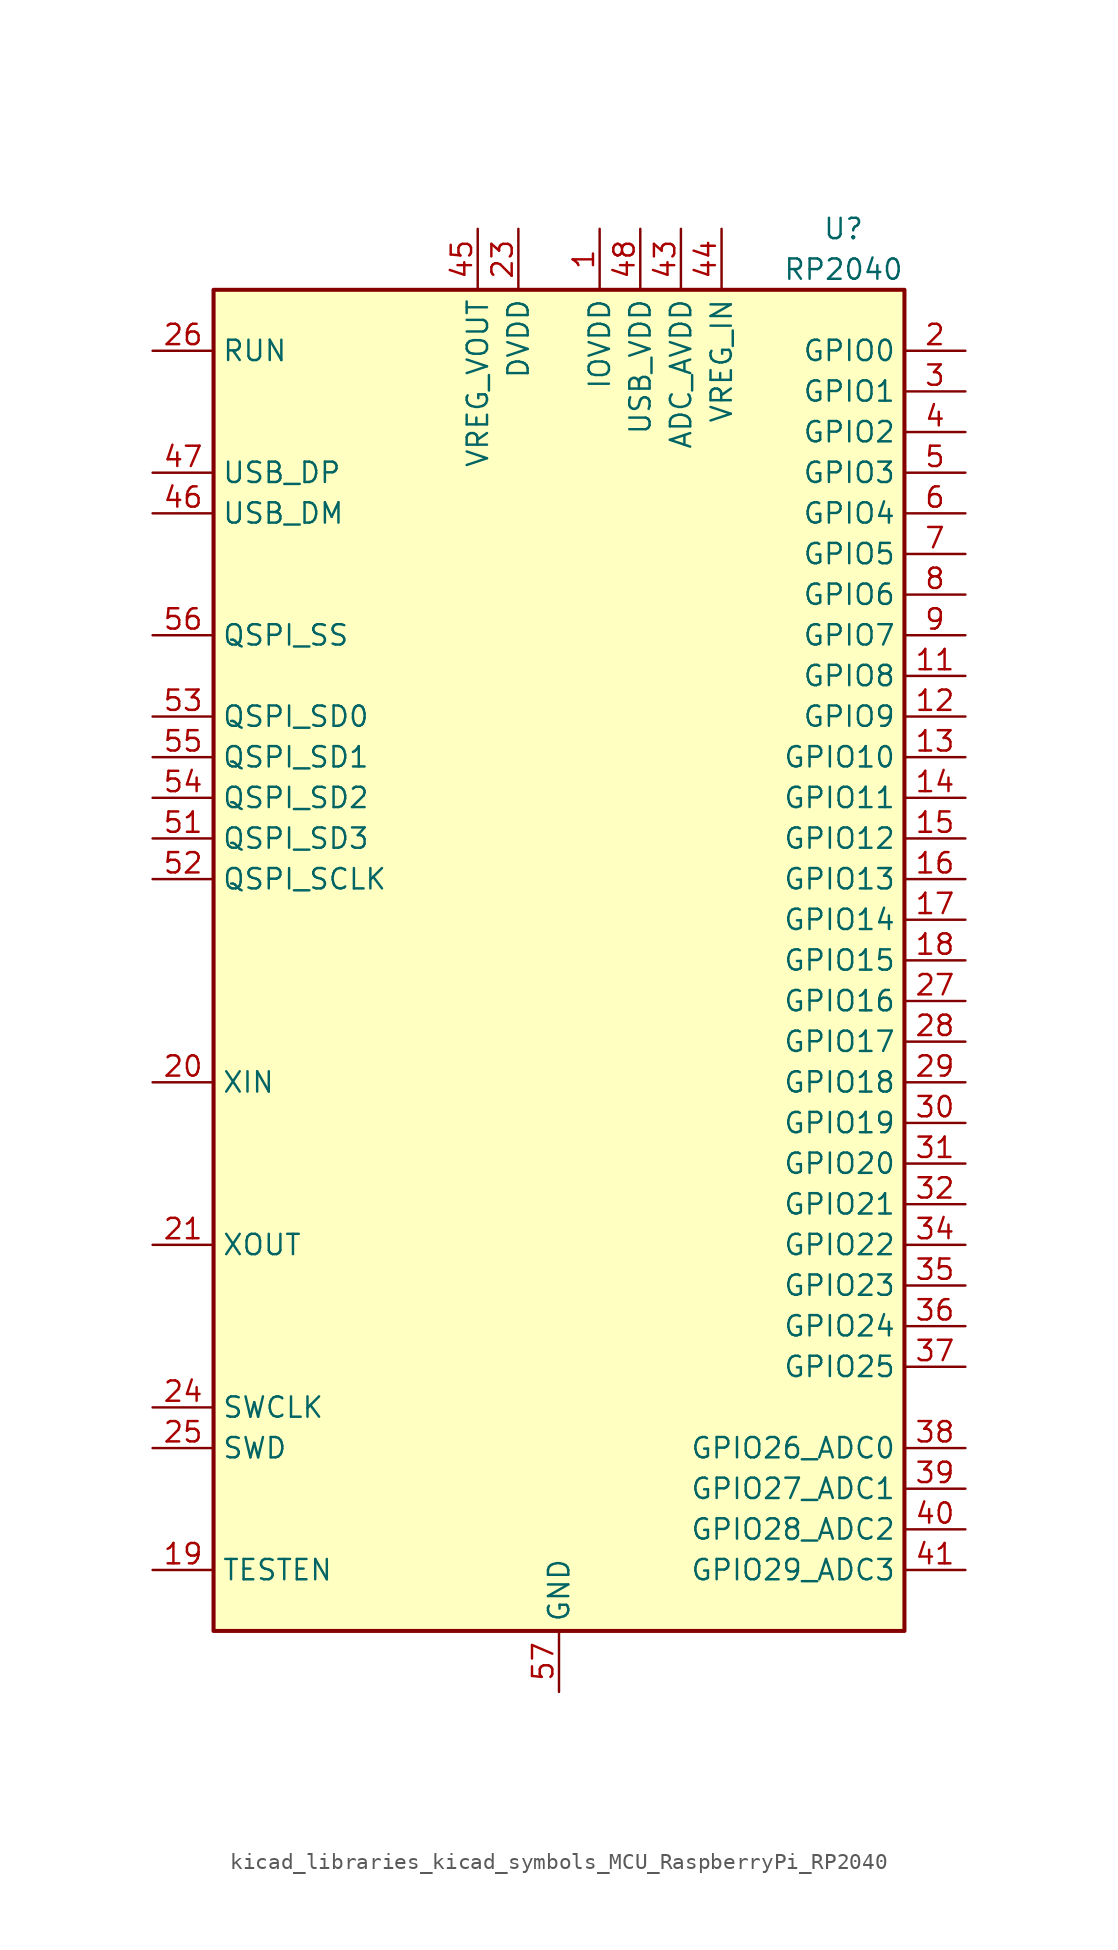
<source format=kicad_sym>
(kicad_symbol_lib
  (version 20220914)
  (generator kicad_symbol_editor)
  (symbol "kicad_libraries_kicad_symbols_MCU_RaspberryPi_RP2040"
    (property "Reference" "U"
      (at 17.78 45.72 0)
      (effects (font (size 1.27 1.27))))
    (property "Value" "RP2040"
      (at 17.78 43.18 0)
      (effects (font (size 1.27 1.27))))
    (symbol "kicad_libraries_kicad_symbols_MCU_RaspberryPi_RP2040_0_1"
      (rectangle (start -21.59 41.91) (end 21.59 -41.91) (stroke (width 0.254) (type default)) (fill (type background))))
    (symbol "kicad_libraries_kicad_symbols_MCU_RaspberryPi_RP2040_1_1"
      (pin power_in line (at 2.54 45.72 270) (length 3.81) (name "IOVDD" (effects (font (size 1.27 1.27)))) (number "1" (effects (font (size 1.27 1.27)))))
      (pin passive line (at 2.54 45.72 270) (length 3.81) hide (name "IOVDD" (effects (font (size 1.27 1.27)))) (number "10" (effects (font (size 1.27 1.27)))))
      (pin bidirectional line (at 25.4 17.78 180) (length 3.81) (name "GPIO8" (effects (font (size 1.27 1.27)))) (number "11" (effects (font (size 1.27 1.27)))))
      (pin bidirectional line (at 25.4 15.24 180) (length 3.81) (name "GPIO9" (effects (font (size 1.27 1.27)))) (number "12" (effects (font (size 1.27 1.27)))))
      (pin bidirectional line (at 25.4 12.7 180) (length 3.81) (name "GPIO10" (effects (font (size 1.27 1.27)))) (number "13" (effects (font (size 1.27 1.27)))))
      (pin bidirectional line (at 25.4 10.16 180) (length 3.81) (name "GPIO11" (effects (font (size 1.27 1.27)))) (number "14" (effects (font (size 1.27 1.27)))))
      (pin bidirectional line (at 25.4 7.62 180) (length 3.81) (name "GPIO12" (effects (font (size 1.27 1.27)))) (number "15" (effects (font (size 1.27 1.27)))))
      (pin bidirectional line (at 25.4 5.08 180) (length 3.81) (name "GPIO13" (effects (font (size 1.27 1.27)))) (number "16" (effects (font (size 1.27 1.27)))))
      (pin bidirectional line (at 25.4 2.54 180) (length 3.81) (name "GPIO14" (effects (font (size 1.27 1.27)))) (number "17" (effects (font (size 1.27 1.27)))))
      (pin bidirectional line (at 25.4 0 180) (length 3.81) (name "GPIO15" (effects (font (size 1.27 1.27)))) (number "18" (effects (font (size 1.27 1.27)))))
      (pin input line (at -25.4 -38.1 0) (length 3.81) (name "TESTEN" (effects (font (size 1.27 1.27)))) (number "19" (effects (font (size 1.27 1.27)))))
      (pin bidirectional line (at 25.4 38.1 180) (length 3.81) (name "GPIO0" (effects (font (size 1.27 1.27)))) (number "2" (effects (font (size 1.27 1.27)))))
      (pin input line (at -25.4 -7.62 0) (length 3.81) (name "XIN" (effects (font (size 1.27 1.27)))) (number "20" (effects (font (size 1.27 1.27)))))
      (pin passive line (at -25.4 -17.78 0) (length 3.81) (name "XOUT" (effects (font (size 1.27 1.27)))) (number "21" (effects (font (size 1.27 1.27)))))
      (pin passive line (at 2.54 45.72 270) (length 3.81) hide (name "IOVDD" (effects (font (size 1.27 1.27)))) (number "22" (effects (font (size 1.27 1.27)))))
      (pin power_in line (at -2.54 45.72 270) (length 3.81) (name "DVDD" (effects (font (size 1.27 1.27)))) (number "23" (effects (font (size 1.27 1.27)))))
      (pin input line (at -25.4 -27.94 0) (length 3.81) (name "SWCLK" (effects (font (size 1.27 1.27)))) (number "24" (effects (font (size 1.27 1.27)))))
      (pin bidirectional line (at -25.4 -30.48 0) (length 3.81) (name "SWD" (effects (font (size 1.27 1.27)))) (number "25" (effects (font (size 1.27 1.27)))))
      (pin input line (at -25.4 38.1 0) (length 3.81) (name "RUN" (effects (font (size 1.27 1.27)))) (number "26" (effects (font (size 1.27 1.27)))))
      (pin bidirectional line (at 25.4 -2.54 180) (length 3.81) (name "GPIO16" (effects (font (size 1.27 1.27)))) (number "27" (effects (font (size 1.27 1.27)))))
      (pin bidirectional line (at 25.4 -5.08 180) (length 3.81) (name "GPIO17" (effects (font (size 1.27 1.27)))) (number "28" (effects (font (size 1.27 1.27)))))
      (pin bidirectional line (at 25.4 -7.62 180) (length 3.81) (name "GPIO18" (effects (font (size 1.27 1.27)))) (number "29" (effects (font (size 1.27 1.27)))))
      (pin bidirectional line (at 25.4 35.56 180) (length 3.81) (name "GPIO1" (effects (font (size 1.27 1.27)))) (number "3" (effects (font (size 1.27 1.27)))))
      (pin bidirectional line (at 25.4 -10.16 180) (length 3.81) (name "GPIO19" (effects (font (size 1.27 1.27)))) (number "30" (effects (font (size 1.27 1.27)))))
      (pin bidirectional line (at 25.4 -12.7 180) (length 3.81) (name "GPIO20" (effects (font (size 1.27 1.27)))) (number "31" (effects (font (size 1.27 1.27)))))
      (pin bidirectional line (at 25.4 -15.24 180) (length 3.81) (name "GPIO21" (effects (font (size 1.27 1.27)))) (number "32" (effects (font (size 1.27 1.27)))))
      (pin passive line (at 2.54 45.72 270) (length 3.81) hide (name "IOVDD" (effects (font (size 1.27 1.27)))) (number "33" (effects (font (size 1.27 1.27)))))
      (pin bidirectional line (at 25.4 -17.78 180) (length 3.81) (name "GPIO22" (effects (font (size 1.27 1.27)))) (number "34" (effects (font (size 1.27 1.27)))))
      (pin bidirectional line (at 25.4 -20.32 180) (length 3.81) (name "GPIO23" (effects (font (size 1.27 1.27)))) (number "35" (effects (font (size 1.27 1.27)))))
      (pin bidirectional line (at 25.4 -22.86 180) (length 3.81) (name "GPIO24" (effects (font (size 1.27 1.27)))) (number "36" (effects (font (size 1.27 1.27)))))
      (pin bidirectional line (at 25.4 -25.4 180) (length 3.81) (name "GPIO25" (effects (font (size 1.27 1.27)))) (number "37" (effects (font (size 1.27 1.27)))))
      (pin bidirectional line (at 25.4 -30.48 180) (length 3.81) (name "GPIO26_ADC0" (effects (font (size 1.27 1.27)))) (number "38" (effects (font (size 1.27 1.27)))))
      (pin bidirectional line (at 25.4 -33.02 180) (length 3.81) (name "GPIO27_ADC1" (effects (font (size 1.27 1.27)))) (number "39" (effects (font (size 1.27 1.27)))))
      (pin bidirectional line (at 25.4 33.02 180) (length 3.81) (name "GPIO2" (effects (font (size 1.27 1.27)))) (number "4" (effects (font (size 1.27 1.27)))))
      (pin bidirectional line (at 25.4 -35.56 180) (length 3.81) (name "GPIO28_ADC2" (effects (font (size 1.27 1.27)))) (number "40" (effects (font (size 1.27 1.27)))))
      (pin bidirectional line (at 25.4 -38.1 180) (length 3.81) (name "GPIO29_ADC3" (effects (font (size 1.27 1.27)))) (number "41" (effects (font (size 1.27 1.27)))))
      (pin passive line (at 2.54 45.72 270) (length 3.81) hide (name "IOVDD" (effects (font (size 1.27 1.27)))) (number "42" (effects (font (size 1.27 1.27)))))
      (pin power_in line (at 7.62 45.72 270) (length 3.81) (name "ADC_AVDD" (effects (font (size 1.27 1.27)))) (number "43" (effects (font (size 1.27 1.27)))))
      (pin power_in line (at 10.16 45.72 270) (length 3.81) (name "VREG_IN" (effects (font (size 1.27 1.27)))) (number "44" (effects (font (size 1.27 1.27)))))
      (pin power_out line (at -5.08 45.72 270) (length 3.81) (name "VREG_VOUT" (effects (font (size 1.27 1.27)))) (number "45" (effects (font (size 1.27 1.27)))))
      (pin bidirectional line (at -25.4 27.94 0) (length 3.81) (name "USB_DM" (effects (font (size 1.27 1.27)))) (number "46" (effects (font (size 1.27 1.27)))))
      (pin bidirectional line (at -25.4 30.48 0) (length 3.81) (name "USB_DP" (effects (font (size 1.27 1.27)))) (number "47" (effects (font (size 1.27 1.27)))))
      (pin power_in line (at 5.08 45.72 270) (length 3.81) (name "USB_VDD" (effects (font (size 1.27 1.27)))) (number "48" (effects (font (size 1.27 1.27)))))
      (pin passive line (at 2.54 45.72 270) (length 3.81) hide (name "IOVDD" (effects (font (size 1.27 1.27)))) (number "49" (effects (font (size 1.27 1.27)))))
      (pin bidirectional line (at 25.4 30.48 180) (length 3.81) (name "GPIO3" (effects (font (size 1.27 1.27)))) (number "5" (effects (font (size 1.27 1.27)))))
      (pin passive line (at -2.54 45.72 270) (length 3.81) hide (name "DVDD" (effects (font (size 1.27 1.27)))) (number "50" (effects (font (size 1.27 1.27)))))
      (pin bidirectional line (at -25.4 7.62 0) (length 3.81) (name "QSPI_SD3" (effects (font (size 1.27 1.27)))) (number "51" (effects (font (size 1.27 1.27)))))
      (pin output line (at -25.4 5.08 0) (length 3.81) (name "QSPI_SCLK" (effects (font (size 1.27 1.27)))) (number "52" (effects (font (size 1.27 1.27)))))
      (pin bidirectional line (at -25.4 15.24 0) (length 3.81) (name "QSPI_SD0" (effects (font (size 1.27 1.27)))) (number "53" (effects (font (size 1.27 1.27)))))
      (pin bidirectional line (at -25.4 10.16 0) (length 3.81) (name "QSPI_SD2" (effects (font (size 1.27 1.27)))) (number "54" (effects (font (size 1.27 1.27)))))
      (pin bidirectional line (at -25.4 12.7 0) (length 3.81) (name "QSPI_SD1" (effects (font (size 1.27 1.27)))) (number "55" (effects (font (size 1.27 1.27)))))
      (pin bidirectional line (at -25.4 20.32 0) (length 3.81) (name "QSPI_SS" (effects (font (size 1.27 1.27)))) (number "56" (effects (font (size 1.27 1.27)))))
      (pin power_in line (at 0 -45.72 90) (length 3.81) (name "GND" (effects (font (size 1.27 1.27)))) (number "57" (effects (font (size 1.27 1.27)))))
      (pin bidirectional line (at 25.4 27.94 180) (length 3.81) (name "GPIO4" (effects (font (size 1.27 1.27)))) (number "6" (effects (font (size 1.27 1.27)))))
      (pin bidirectional line (at 25.4 25.4 180) (length 3.81) (name "GPIO5" (effects (font (size 1.27 1.27)))) (number "7" (effects (font (size 1.27 1.27)))))
      (pin bidirectional line (at 25.4 22.86 180) (length 3.81) (name "GPIO6" (effects (font (size 1.27 1.27)))) (number "8" (effects (font (size 1.27 1.27)))))
      (pin bidirectional line (at 25.4 20.32 180) (length 3.81) (name "GPIO7" (effects (font (size 1.27 1.27)))) (number "9" (effects (font (size 1.27 1.27))))))))
</source>
